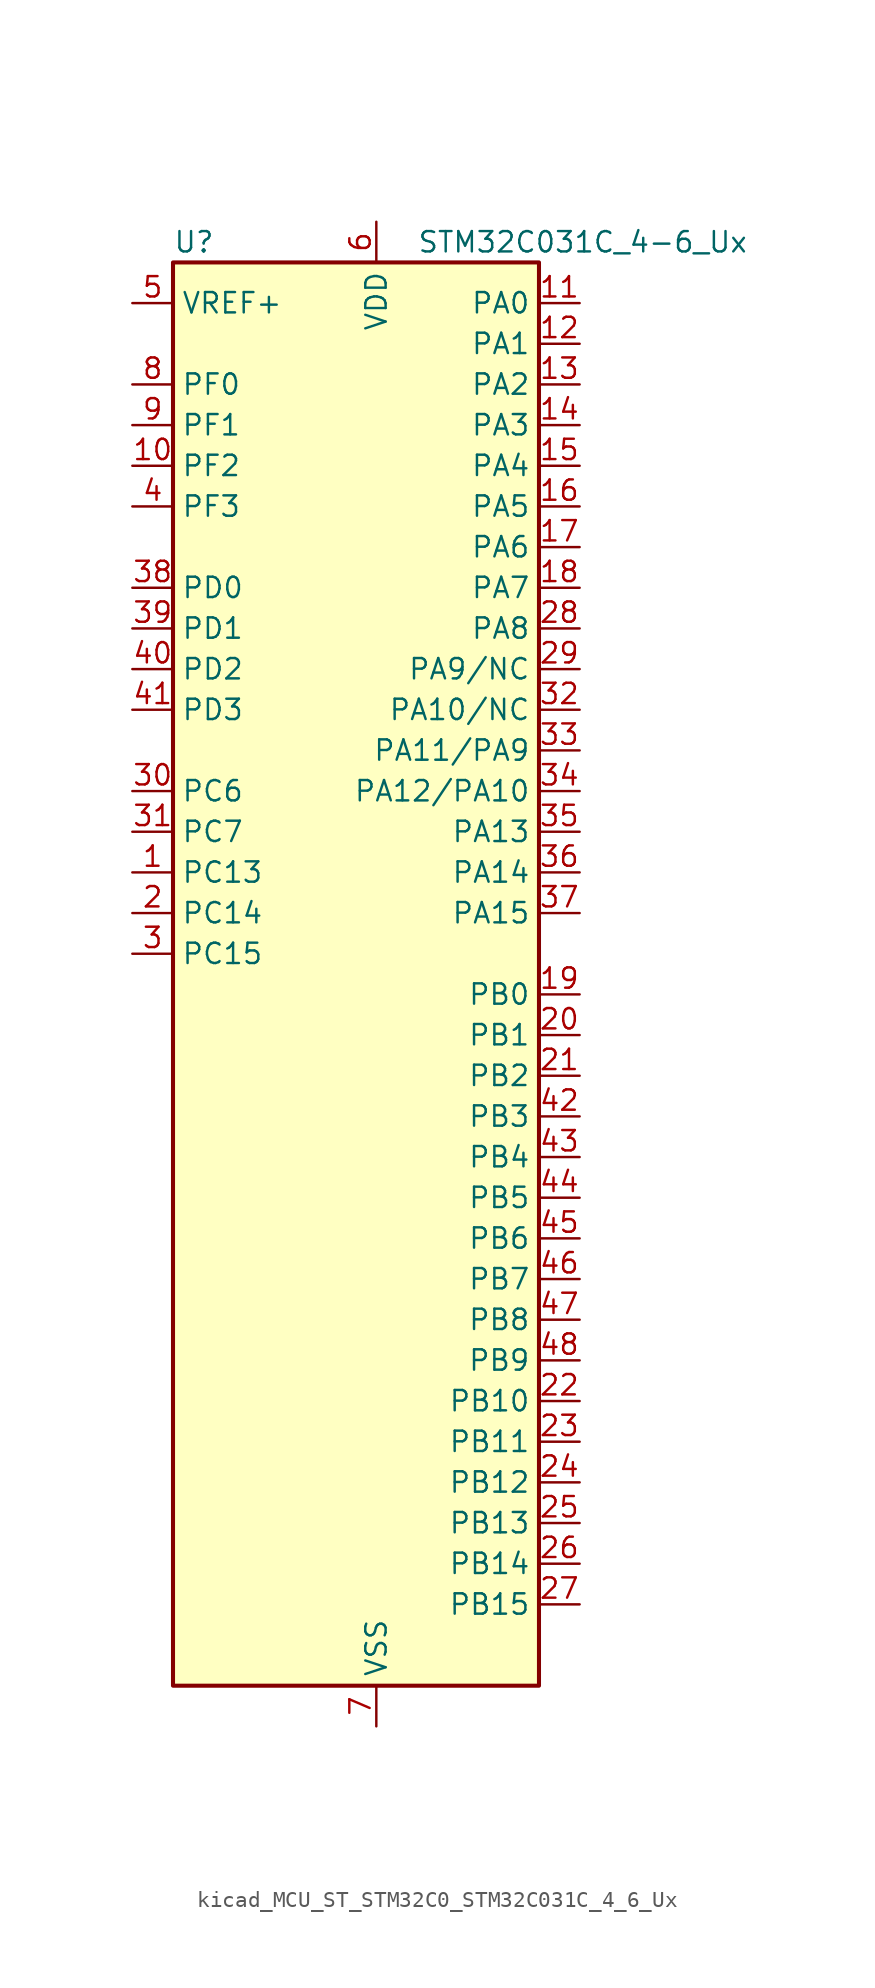
<source format=kicad_sym>
(kicad_symbol_lib
  (version 20220914)
  (generator kicad_symbol_editor)
  (symbol "kicad_MCU_ST_STM32C0_STM32C031C_4_6_Ux"
    (property "Reference" "U"
      (at -10.16 46.99 0)
      (effects (font (size 1.27 1.27)) (justify left)))
    (property "Value" "STM32C031C_4-6_Ux"
      (at 5.08 46.99 0)
      (effects (font (size 1.27 1.27)) (justify left)))
    (property "ki_locked" ""
      (at 0 0 0)
      (effects (font (size 1.27 1.27))))
    (symbol "kicad_MCU_ST_STM32C0_STM32C031C_4_6_Ux_0_1"
      (rectangle (start -10.16 -43.18) (end 12.7 45.72) (stroke (width 0.254) (type default)) (fill (type background))))
    (symbol "kicad_MCU_ST_STM32C0_STM32C031C_4_6_Ux_1_1"
      (pin bidirectional line (at -12.7 7.62 0) (length 2.54) (name "PC13" (effects (font (size 1.27 1.27)))) (number "1" (effects (font (size 1.27 1.27)))) (alternate "PWR_WKUP2" bidirectional line) (alternate "RTC_OUT1" bidirectional line) (alternate "RTC_TS" bidirectional line) (alternate "TIM1_BKIN" bidirectional line) (alternate "TIM1_ETR" bidirectional line))
      (pin bidirectional line (at -12.7 33.02 0) (length 2.54) (name "PF2" (effects (font (size 1.27 1.27)))) (number "10" (effects (font (size 1.27 1.27)))) (alternate "RCC_MCO" bidirectional line) (alternate "TIM1_CH4" bidirectional line))
      (pin bidirectional line (at 15.24 43.18 180) (length 2.54) (name "PA0" (effects (font (size 1.27 1.27)))) (number "11" (effects (font (size 1.27 1.27)))) (alternate "ADC1_IN0" bidirectional line) (alternate "PWR_WKUP1" bidirectional line) (alternate "TIM16_CH1" bidirectional line) (alternate "TIM1_CH1" bidirectional line) (alternate "USART1_TX" bidirectional line) (alternate "USART2_CTS" bidirectional line) (alternate "USART2_NSS" bidirectional line))
      (pin bidirectional line (at 15.24 40.64 180) (length 2.54) (name "PA1" (effects (font (size 1.27 1.27)))) (number "12" (effects (font (size 1.27 1.27)))) (alternate "ADC1_IN1" bidirectional line) (alternate "I2C1_SMBA" bidirectional line) (alternate "I2S1_CK" bidirectional line) (alternate "SPI1_SCK" bidirectional line) (alternate "TIM17_CH1" bidirectional line) (alternate "TIM1_CH2" bidirectional line) (alternate "USART1_RX" bidirectional line) (alternate "USART2_CK" bidirectional line) (alternate "USART2_DE" bidirectional line) (alternate "USART2_RTS" bidirectional line))
      (pin bidirectional line (at 15.24 38.1 180) (length 2.54) (name "PA2" (effects (font (size 1.27 1.27)))) (number "13" (effects (font (size 1.27 1.27)))) (alternate "ADC1_IN2" bidirectional line) (alternate "I2S1_SD" bidirectional line) (alternate "PWR_WKUP4" bidirectional line) (alternate "RCC_LSCO" bidirectional line) (alternate "SPI1_MOSI" bidirectional line) (alternate "TIM16_CH1N" bidirectional line) (alternate "TIM1_CH3" bidirectional line) (alternate "TIM3_ETR" bidirectional line) (alternate "USART2_TX" bidirectional line))
      (pin bidirectional line (at 15.24 35.56 180) (length 2.54) (name "PA3" (effects (font (size 1.27 1.27)))) (number "14" (effects (font (size 1.27 1.27)))) (alternate "ADC1_IN3" bidirectional line) (alternate "TIM1_CH1N" bidirectional line) (alternate "TIM1_CH4" bidirectional line) (alternate "USART2_RX" bidirectional line))
      (pin bidirectional line (at 15.24 33.02 180) (length 2.54) (name "PA4" (effects (font (size 1.27 1.27)))) (number "15" (effects (font (size 1.27 1.27)))) (alternate "ADC1_IN4" bidirectional line) (alternate "I2S1_WS" bidirectional line) (alternate "RTC_OUT2" bidirectional line) (alternate "SPI1_NSS" bidirectional line) (alternate "TIM14_CH1" bidirectional line) (alternate "TIM17_CH1N" bidirectional line) (alternate "TIM1_CH2N" bidirectional line) (alternate "USART2_TX" bidirectional line))
      (pin bidirectional line (at 15.24 30.48 180) (length 2.54) (name "PA5" (effects (font (size 1.27 1.27)))) (number "16" (effects (font (size 1.27 1.27)))) (alternate "ADC1_IN5" bidirectional line) (alternate "I2S1_CK" bidirectional line) (alternate "SPI1_SCK" bidirectional line) (alternate "TIM1_CH1" bidirectional line) (alternate "TIM1_CH3N" bidirectional line) (alternate "USART2_RX" bidirectional line))
      (pin bidirectional line (at 15.24 27.94 180) (length 2.54) (name "PA6" (effects (font (size 1.27 1.27)))) (number "17" (effects (font (size 1.27 1.27)))) (alternate "ADC1_IN6" bidirectional line) (alternate "I2S1_MCK" bidirectional line) (alternate "SPI1_MISO" bidirectional line) (alternate "TIM16_CH1" bidirectional line) (alternate "TIM1_BKIN" bidirectional line) (alternate "TIM3_CH1" bidirectional line))
      (pin bidirectional line (at 15.24 25.4 180) (length 2.54) (name "PA7" (effects (font (size 1.27 1.27)))) (number "18" (effects (font (size 1.27 1.27)))) (alternate "ADC1_IN7" bidirectional line) (alternate "I2S1_SD" bidirectional line) (alternate "SPI1_MOSI" bidirectional line) (alternate "TIM14_CH1" bidirectional line) (alternate "TIM17_CH1" bidirectional line) (alternate "TIM1_CH1N" bidirectional line) (alternate "TIM3_CH2" bidirectional line))
      (pin bidirectional line (at 15.24 0 180) (length 2.54) (name "PB0" (effects (font (size 1.27 1.27)))) (number "19" (effects (font (size 1.27 1.27)))) (alternate "ADC1_IN17" bidirectional line) (alternate "I2S1_WS" bidirectional line) (alternate "SPI1_NSS" bidirectional line) (alternate "TIM1_CH2N" bidirectional line) (alternate "TIM3_CH3" bidirectional line))
      (pin bidirectional line (at -12.7 5.08 0) (length 2.54) (name "PC14" (effects (font (size 1.27 1.27)))) (number "2" (effects (font (size 1.27 1.27)))) (alternate "I2C1_SDA" bidirectional line) (alternate "IR_OUT" bidirectional line) (alternate "RCC_OSCX_IN" bidirectional line) (alternate "TIM17_CH1" bidirectional line) (alternate "TIM1_BKIN2" bidirectional line) (alternate "TIM1_ETR" bidirectional line) (alternate "TIM3_CH2" bidirectional line) (alternate "USART1_TX" bidirectional line) (alternate "USART2_CK" bidirectional line) (alternate "USART2_DE" bidirectional line) (alternate "USART2_RTS" bidirectional line))
      (pin bidirectional line (at 15.24 -2.54 180) (length 2.54) (name "PB1" (effects (font (size 1.27 1.27)))) (number "20" (effects (font (size 1.27 1.27)))) (alternate "ADC1_IN18" bidirectional line) (alternate "TIM14_CH1" bidirectional line) (alternate "TIM1_CH2N" bidirectional line) (alternate "TIM1_CH3N" bidirectional line) (alternate "TIM3_CH4" bidirectional line))
      (pin bidirectional line (at 15.24 -5.08 180) (length 2.54) (name "PB2" (effects (font (size 1.27 1.27)))) (number "21" (effects (font (size 1.27 1.27)))) (alternate "ADC1_IN19" bidirectional line) (alternate "RCC_MCO_2" bidirectional line) (alternate "USART1_RX" bidirectional line))
      (pin bidirectional line (at 15.24 -25.4 180) (length 2.54) (name "PB10" (effects (font (size 1.27 1.27)))) (number "22" (effects (font (size 1.27 1.27)))) (alternate "ADC1_IN20" bidirectional line))
      (pin bidirectional line (at 15.24 -27.94 180) (length 2.54) (name "PB11" (effects (font (size 1.27 1.27)))) (number "23" (effects (font (size 1.27 1.27)))) (alternate "ADC1_EXTI11" bidirectional line) (alternate "ADC1_IN21" bidirectional line))
      (pin bidirectional line (at 15.24 -30.48 180) (length 2.54) (name "PB12" (effects (font (size 1.27 1.27)))) (number "24" (effects (font (size 1.27 1.27)))) (alternate "ADC1_IN22" bidirectional line) (alternate "TIM1_BKIN" bidirectional line) (alternate "TIM1_BKIN2" bidirectional line))
      (pin bidirectional line (at 15.24 -33.02 180) (length 2.54) (name "PB13" (effects (font (size 1.27 1.27)))) (number "25" (effects (font (size 1.27 1.27)))) (alternate "TIM1_CH1N" bidirectional line))
      (pin bidirectional line (at 15.24 -35.56 180) (length 2.54) (name "PB14" (effects (font (size 1.27 1.27)))) (number "26" (effects (font (size 1.27 1.27)))) (alternate "TIM1_CH2N" bidirectional line))
      (pin bidirectional line (at 15.24 -38.1 180) (length 2.54) (name "PB15" (effects (font (size 1.27 1.27)))) (number "27" (effects (font (size 1.27 1.27)))) (alternate "RTC_REFIN" bidirectional line) (alternate "TIM1_CH3N" bidirectional line))
      (pin bidirectional line (at 15.24 22.86 180) (length 2.54) (name "PA8" (effects (font (size 1.27 1.27)))) (number "28" (effects (font (size 1.27 1.27)))) (alternate "ADC1_IN8" bidirectional line) (alternate "I2S1_WS" bidirectional line) (alternate "RCC_MCO" bidirectional line) (alternate "RCC_MCO_2" bidirectional line) (alternate "SPI1_NSS" bidirectional line) (alternate "TIM14_CH1" bidirectional line) (alternate "TIM1_CH1" bidirectional line) (alternate "TIM1_CH2N" bidirectional line) (alternate "TIM1_CH3N" bidirectional line) (alternate "TIM3_CH3" bidirectional line) (alternate "TIM3_CH4" bidirectional line) (alternate "USART1_RX" bidirectional line) (alternate "USART2_TX" bidirectional line))
      (pin bidirectional line (at 15.24 20.32 180) (length 2.54) (name "PA9/NC" (effects (font (size 1.27 1.27)))) (number "29" (effects (font (size 1.27 1.27)))) (alternate "I2C1_SCL" bidirectional line) (alternate "RCC_MCO" bidirectional line) (alternate "TIM1_CH2" bidirectional line) (alternate "TIM3_ETR" bidirectional line) (alternate "USART1_TX" bidirectional line))
      (pin bidirectional line (at -12.7 2.54 0) (length 2.54) (name "PC15" (effects (font (size 1.27 1.27)))) (number "3" (effects (font (size 1.27 1.27)))) (alternate "RCC_OSC32_EN" bidirectional line) (alternate "RCC_OSCX_OUT" bidirectional line) (alternate "RCC_OSC_EN" bidirectional line) (alternate "TIM1_ETR" bidirectional line) (alternate "TIM3_CH3" bidirectional line))
      (pin bidirectional line (at -12.7 12.7 0) (length 2.54) (name "PC6" (effects (font (size 1.27 1.27)))) (number "30" (effects (font (size 1.27 1.27)))) (alternate "TIM3_CH1" bidirectional line))
      (pin bidirectional line (at -12.7 10.16 0) (length 2.54) (name "PC7" (effects (font (size 1.27 1.27)))) (number "31" (effects (font (size 1.27 1.27)))) (alternate "TIM3_CH2" bidirectional line))
      (pin bidirectional line (at 15.24 17.78 180) (length 2.54) (name "PA10/NC" (effects (font (size 1.27 1.27)))) (number "32" (effects (font (size 1.27 1.27)))) (alternate "I2C1_SDA" bidirectional line) (alternate "RCC_MCO_2" bidirectional line) (alternate "TIM17_BKIN" bidirectional line) (alternate "TIM1_CH3" bidirectional line) (alternate "USART1_RX" bidirectional line))
      (pin bidirectional line (at 15.24 15.24 180) (length 2.54) (name "PA11/PA9" (effects (font (size 1.27 1.27)))) (number "33" (effects (font (size 1.27 1.27)))) (alternate "ADC1_EXTI11" bidirectional line) (alternate "ADC1_IN11" bidirectional line) (alternate "I2S1_MCK" bidirectional line) (alternate "SPI1_MISO" bidirectional line) (alternate "TIM1_BKIN2" bidirectional line) (alternate "TIM1_CH4" bidirectional line) (alternate "USART1_CTS" bidirectional line) (alternate "USART1_NSS" bidirectional line))
      (pin bidirectional line (at 15.24 12.7 180) (length 2.54) (name "PA12/PA10" (effects (font (size 1.27 1.27)))) (number "34" (effects (font (size 1.27 1.27)))) (alternate "ADC1_IN12" bidirectional line) (alternate "I2S1_SD" bidirectional line) (alternate "I2S_CKIN" bidirectional line) (alternate "SPI1_MOSI" bidirectional line) (alternate "TIM1_ETR" bidirectional line) (alternate "USART1_CK" bidirectional line) (alternate "USART1_DE" bidirectional line) (alternate "USART1_RTS" bidirectional line))
      (pin bidirectional line (at 15.24 10.16 180) (length 2.54) (name "PA13" (effects (font (size 1.27 1.27)))) (number "35" (effects (font (size 1.27 1.27)))) (alternate "ADC1_IN13" bidirectional line) (alternate "DEBUG_SWDIO" bidirectional line) (alternate "IR_OUT" bidirectional line) (alternate "TIM3_ETR" bidirectional line) (alternate "USART2_RX" bidirectional line))
      (pin bidirectional line (at 15.24 7.62 180) (length 2.54) (name "PA14" (effects (font (size 1.27 1.27)))) (number "36" (effects (font (size 1.27 1.27)))) (alternate "ADC1_IN14" bidirectional line) (alternate "DEBUG_SWCLK" bidirectional line) (alternate "I2S1_WS" bidirectional line) (alternate "RCC_MCO_2" bidirectional line) (alternate "SPI1_NSS" bidirectional line) (alternate "TIM1_CH1" bidirectional line) (alternate "USART1_CK" bidirectional line) (alternate "USART1_DE" bidirectional line) (alternate "USART1_RTS" bidirectional line) (alternate "USART2_RX" bidirectional line) (alternate "USART2_TX" bidirectional line))
      (pin bidirectional line (at 15.24 5.08 180) (length 2.54) (name "PA15" (effects (font (size 1.27 1.27)))) (number "37" (effects (font (size 1.27 1.27)))) (alternate "I2S1_WS" bidirectional line) (alternate "RCC_MCO_2" bidirectional line) (alternate "SPI1_NSS" bidirectional line) (alternate "TIM1_CH1" bidirectional line) (alternate "USART1_CK" bidirectional line) (alternate "USART1_DE" bidirectional line) (alternate "USART1_RTS" bidirectional line) (alternate "USART2_RX" bidirectional line))
      (pin bidirectional line (at -12.7 25.4 0) (length 2.54) (name "PD0" (effects (font (size 1.27 1.27)))) (number "38" (effects (font (size 1.27 1.27)))) (alternate "TIM16_CH1" bidirectional line))
      (pin bidirectional line (at -12.7 22.86 0) (length 2.54) (name "PD1" (effects (font (size 1.27 1.27)))) (number "39" (effects (font (size 1.27 1.27)))) (alternate "TIM17_CH1" bidirectional line))
      (pin bidirectional line (at -12.7 30.48 0) (length 2.54) (name "PF3" (effects (font (size 1.27 1.27)))) (number "4" (effects (font (size 1.27 1.27)))))
      (pin bidirectional line (at -12.7 20.32 0) (length 2.54) (name "PD2" (effects (font (size 1.27 1.27)))) (number "40" (effects (font (size 1.27 1.27)))) (alternate "TIM1_CH1N" bidirectional line) (alternate "TIM3_ETR" bidirectional line))
      (pin bidirectional line (at -12.7 17.78 0) (length 2.54) (name "PD3" (effects (font (size 1.27 1.27)))) (number "41" (effects (font (size 1.27 1.27)))) (alternate "TIM1_CH2N" bidirectional line) (alternate "USART2_CTS" bidirectional line) (alternate "USART2_NSS" bidirectional line))
      (pin bidirectional line (at 15.24 -7.62 180) (length 2.54) (name "PB3" (effects (font (size 1.27 1.27)))) (number "42" (effects (font (size 1.27 1.27)))) (alternate "I2S1_CK" bidirectional line) (alternate "SPI1_SCK" bidirectional line) (alternate "TIM1_CH2" bidirectional line) (alternate "TIM3_CH2" bidirectional line) (alternate "USART1_CK" bidirectional line) (alternate "USART1_DE" bidirectional line) (alternate "USART1_RTS" bidirectional line))
      (pin bidirectional line (at 15.24 -10.16 180) (length 2.54) (name "PB4" (effects (font (size 1.27 1.27)))) (number "43" (effects (font (size 1.27 1.27)))) (alternate "I2S1_MCK" bidirectional line) (alternate "SPI1_MISO" bidirectional line) (alternate "TIM17_BKIN" bidirectional line) (alternate "TIM3_CH1" bidirectional line) (alternate "USART1_CTS" bidirectional line) (alternate "USART1_NSS" bidirectional line))
      (pin bidirectional line (at 15.24 -12.7 180) (length 2.54) (name "PB5" (effects (font (size 1.27 1.27)))) (number "44" (effects (font (size 1.27 1.27)))) (alternate "I2C1_SMBA" bidirectional line) (alternate "I2S1_SD" bidirectional line) (alternate "PWR_WKUP6" bidirectional line) (alternate "SPI1_MOSI" bidirectional line) (alternate "TIM16_BKIN" bidirectional line) (alternate "TIM3_CH2" bidirectional line) (alternate "TIM3_CH3" bidirectional line))
      (pin bidirectional line (at 15.24 -15.24 180) (length 2.54) (name "PB6" (effects (font (size 1.27 1.27)))) (number "45" (effects (font (size 1.27 1.27)))) (alternate "I2C1_SCL" bidirectional line) (alternate "I2C1_SMBA" bidirectional line) (alternate "I2S1_CK" bidirectional line) (alternate "I2S1_MCK" bidirectional line) (alternate "I2S1_SD" bidirectional line) (alternate "PWR_WKUP3" bidirectional line) (alternate "SPI1_MISO" bidirectional line) (alternate "SPI1_MOSI" bidirectional line) (alternate "SPI1_SCK" bidirectional line) (alternate "TIM16_BKIN" bidirectional line) (alternate "TIM16_CH1N" bidirectional line) (alternate "TIM17_BKIN" bidirectional line) (alternate "TIM1_CH2" bidirectional line) (alternate "TIM1_CH3" bidirectional line) (alternate "TIM3_CH1" bidirectional line) (alternate "TIM3_CH2" bidirectional line) (alternate "TIM3_CH3" bidirectional line) (alternate "USART1_CK" bidirectional line) (alternate "USART1_CTS" bidirectional line) (alternate "USART1_DE" bidirectional line) (alternate "USART1_NSS" bidirectional line) (alternate "USART1_RTS" bidirectional line) (alternate "USART1_TX" bidirectional line))
      (pin bidirectional line (at 15.24 -17.78 180) (length 2.54) (name "PB7" (effects (font (size 1.27 1.27)))) (number "46" (effects (font (size 1.27 1.27)))) (alternate "I2C1_SCL" bidirectional line) (alternate "I2C1_SDA" bidirectional line) (alternate "TIM16_CH1" bidirectional line) (alternate "TIM17_CH1N" bidirectional line) (alternate "TIM1_CH4" bidirectional line) (alternate "TIM3_CH1" bidirectional line) (alternate "TIM3_CH4" bidirectional line) (alternate "USART1_RX" bidirectional line) (alternate "USART2_CTS" bidirectional line) (alternate "USART2_NSS" bidirectional line))
      (pin bidirectional line (at 15.24 -20.32 180) (length 2.54) (name "PB8" (effects (font (size 1.27 1.27)))) (number "47" (effects (font (size 1.27 1.27)))) (alternate "I2C1_SCL" bidirectional line) (alternate "TIM16_CH1" bidirectional line) (alternate "TIM3_CH1" bidirectional line) (alternate "USART2_CTS" bidirectional line) (alternate "USART2_NSS" bidirectional line))
      (pin bidirectional line (at 15.24 -22.86 180) (length 2.54) (name "PB9" (effects (font (size 1.27 1.27)))) (number "48" (effects (font (size 1.27 1.27)))) (alternate "I2C1_SDA" bidirectional line) (alternate "IR_OUT" bidirectional line) (alternate "TIM17_CH1" bidirectional line) (alternate "TIM3_CH2" bidirectional line) (alternate "USART2_CK" bidirectional line) (alternate "USART2_DE" bidirectional line) (alternate "USART2_RTS" bidirectional line))
      (pin passive line (at 2.54 -45.72 90) (length 2.54) hide (name "VSS" (effects (font (size 1.27 1.27)))) (number "49" (effects (font (size 1.27 1.27)))))
      (pin input line (at -12.7 43.18 0) (length 2.54) (name "VREF+" (effects (font (size 1.27 1.27)))) (number "5" (effects (font (size 1.27 1.27)))))
      (pin power_in line (at 2.54 48.26 270) (length 2.54) (name "VDD" (effects (font (size 1.27 1.27)))) (number "6" (effects (font (size 1.27 1.27)))))
      (pin power_in line (at 2.54 -45.72 90) (length 2.54) (name "VSS" (effects (font (size 1.27 1.27)))) (number "7" (effects (font (size 1.27 1.27)))))
      (pin bidirectional line (at -12.7 38.1 0) (length 2.54) (name "PF0" (effects (font (size 1.27 1.27)))) (number "8" (effects (font (size 1.27 1.27)))) (alternate "RCC_OSC_IN" bidirectional line) (alternate "TIM14_CH1" bidirectional line))
      (pin bidirectional line (at -12.7 35.56 0) (length 2.54) (name "PF1" (effects (font (size 1.27 1.27)))) (number "9" (effects (font (size 1.27 1.27)))) (alternate "RCC_OSC_EN" bidirectional line) (alternate "RCC_OSC_OUT" bidirectional line)))))
</source>
